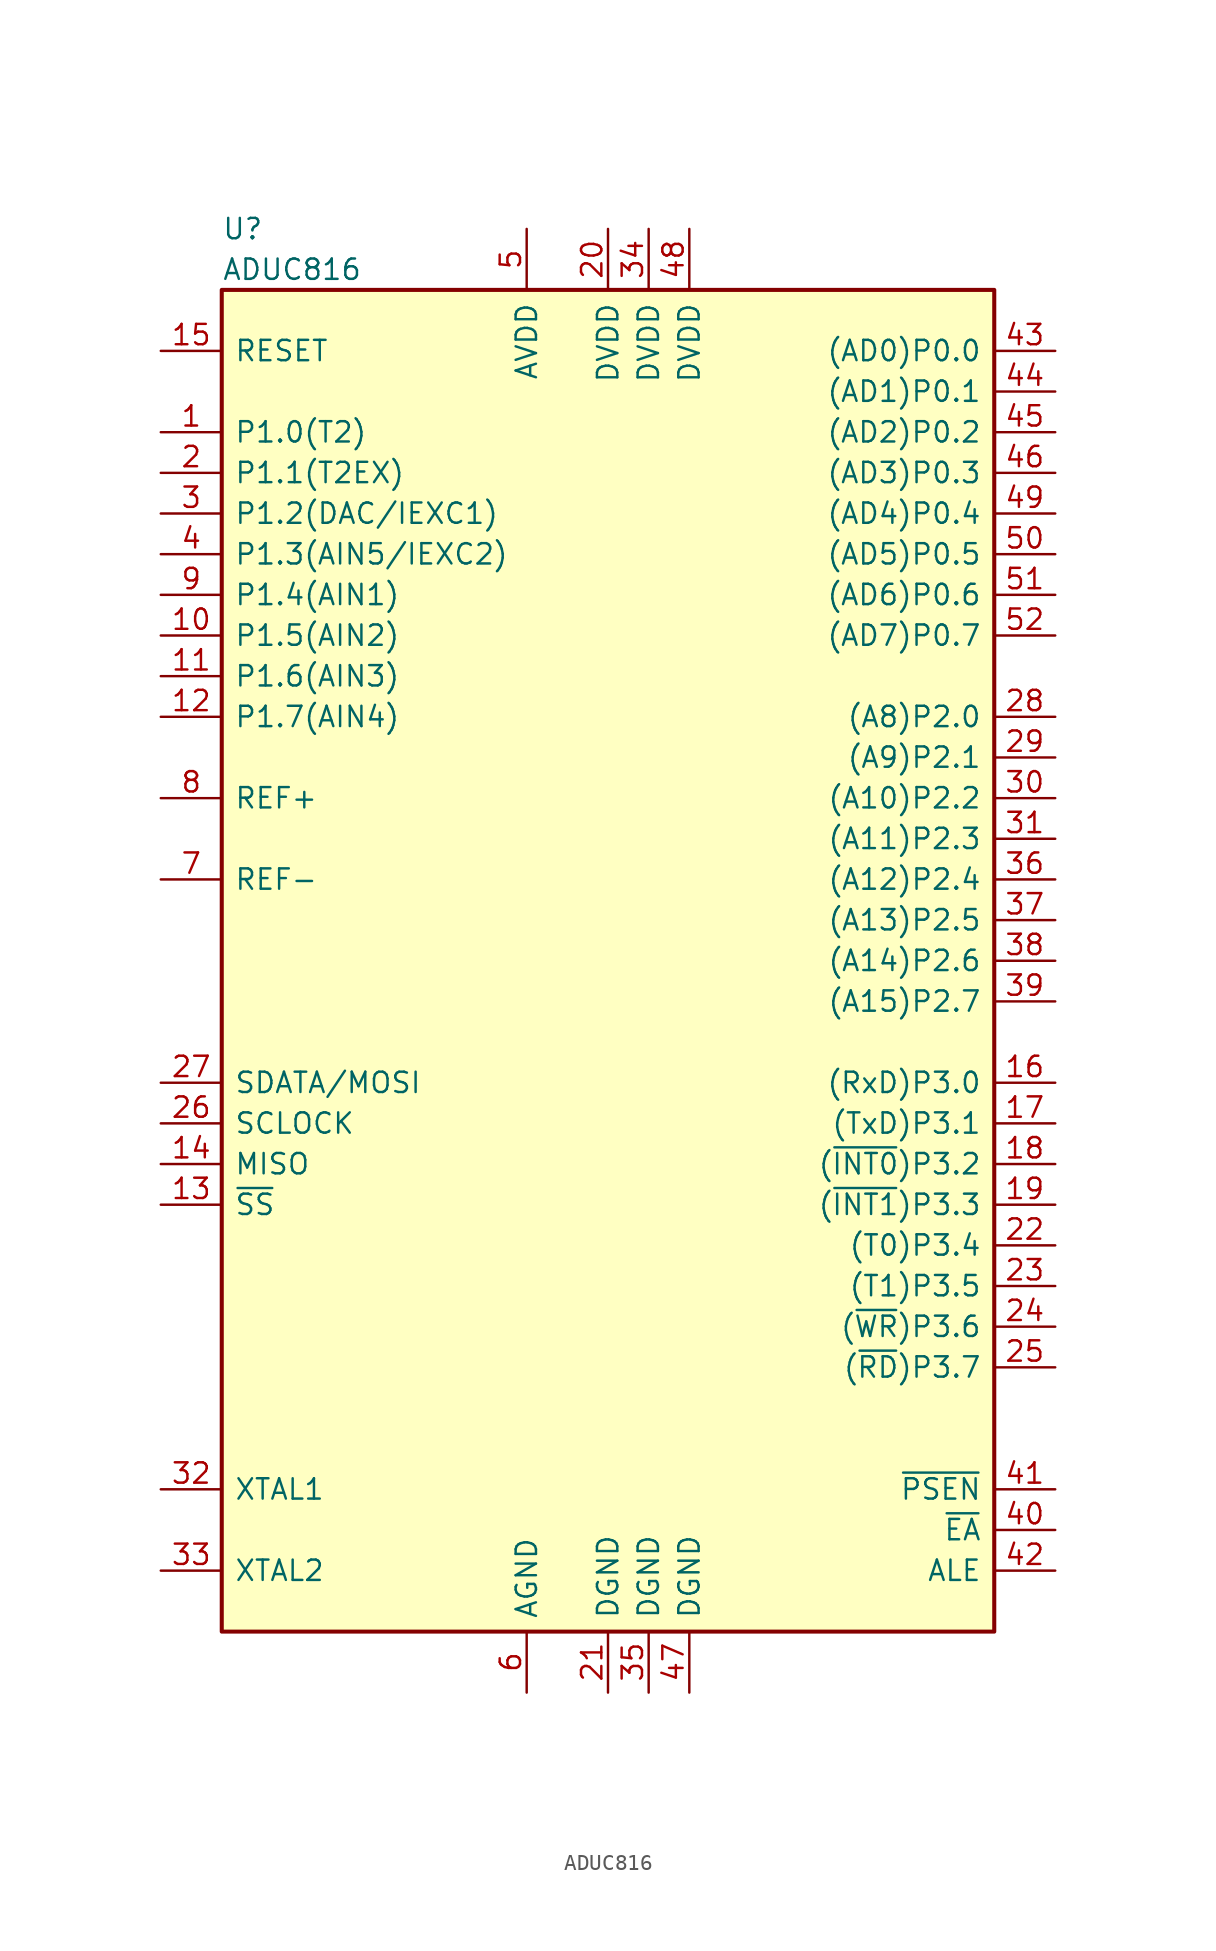
<source format=kicad_sym>
(kicad_symbol_lib
  (version 20211014)
  (generator kicad_symbol_editor)
  (symbol "ADUC816"
    (pin_names
      (offset 0.762))
    (property "Reference" "U"
      (at -24.13 45.72 0)
      (effects (font (size 1.27 1.27)) (justify left)))
    (property "Value" "ADUC816"
      (at -24.13 43.18 0)
      (effects (font (size 1.27 1.27)) (justify left)))
    (symbol "ADUC816_0_1"
      (rectangle (start 24.13 -41.91) (end -24.13 41.91) (stroke (width 0.254) (type default) (color 0 0 0 0)) (fill (type background))))
    (symbol "ADUC816_1_1"
      (pin bidirectional line (at -27.94 33.02 0) (length 3.81) (name "P1.0(T2)" (effects (font (size 1.27 1.27)))) (number "1" (effects (font (size 1.27 1.27)))))
      (pin input line (at -27.94 20.32 0) (length 3.81) (name "P1.5(AIN2)" (effects (font (size 1.27 1.27)))) (number "10" (effects (font (size 1.27 1.27)))))
      (pin input line (at -27.94 17.78 0) (length 3.81) (name "P1.6(AIN3)" (effects (font (size 1.27 1.27)))) (number "11" (effects (font (size 1.27 1.27)))))
      (pin bidirectional line (at -27.94 15.24 0) (length 3.81) (name "P1.7(AIN4)" (effects (font (size 1.27 1.27)))) (number "12" (effects (font (size 1.27 1.27)))))
      (pin input line (at -27.94 -15.24 0) (length 3.81) (name "~{SS}" (effects (font (size 1.27 1.27)))) (number "13" (effects (font (size 1.27 1.27)))))
      (pin input line (at -27.94 -12.7 0) (length 3.81) (name "MISO" (effects (font (size 1.27 1.27)))) (number "14" (effects (font (size 1.27 1.27)))))
      (pin input line (at -27.94 38.1 0) (length 3.81) (name "RESET" (effects (font (size 1.27 1.27)))) (number "15" (effects (font (size 1.27 1.27)))))
      (pin bidirectional line (at 27.94 -7.62 180) (length 3.81) (name "(RxD)P3.0" (effects (font (size 1.27 1.27)))) (number "16" (effects (font (size 1.27 1.27)))))
      (pin bidirectional line (at 27.94 -10.16 180) (length 3.81) (name "(TxD)P3.1" (effects (font (size 1.27 1.27)))) (number "17" (effects (font (size 1.27 1.27)))))
      (pin bidirectional line (at 27.94 -12.7 180) (length 3.81) (name "(~{INT0})P3.2" (effects (font (size 1.27 1.27)))) (number "18" (effects (font (size 1.27 1.27)))))
      (pin bidirectional line (at 27.94 -15.24 180) (length 3.81) (name "(~{INT1})P3.3" (effects (font (size 1.27 1.27)))) (number "19" (effects (font (size 1.27 1.27)))))
      (pin bidirectional line (at -27.94 30.48 0) (length 3.81) (name "P1.1(T2EX)" (effects (font (size 1.27 1.27)))) (number "2" (effects (font (size 1.27 1.27)))))
      (pin power_in line (at 0 45.72 270) (length 3.81) (name "DVDD" (effects (font (size 1.27 1.27)))) (number "20" (effects (font (size 1.27 1.27)))))
      (pin power_in line (at 0 -45.72 90) (length 3.81) (name "DGND" (effects (font (size 1.27 1.27)))) (number "21" (effects (font (size 1.27 1.27)))))
      (pin bidirectional line (at 27.94 -17.78 180) (length 3.81) (name "(T0)P3.4" (effects (font (size 1.27 1.27)))) (number "22" (effects (font (size 1.27 1.27)))))
      (pin bidirectional line (at 27.94 -20.32 180) (length 3.81) (name "(T1)P3.5" (effects (font (size 1.27 1.27)))) (number "23" (effects (font (size 1.27 1.27)))))
      (pin bidirectional line (at 27.94 -22.86 180) (length 3.81) (name "(~{WR})P3.6" (effects (font (size 1.27 1.27)))) (number "24" (effects (font (size 1.27 1.27)))))
      (pin bidirectional line (at 27.94 -25.4 180) (length 3.81) (name "(~{RD})P3.7" (effects (font (size 1.27 1.27)))) (number "25" (effects (font (size 1.27 1.27)))))
      (pin bidirectional line (at -27.94 -10.16 0) (length 3.81) (name "SCLOCK" (effects (font (size 1.27 1.27)))) (number "26" (effects (font (size 1.27 1.27)))))
      (pin bidirectional line (at -27.94 -7.62 0) (length 3.81) (name "SDATA/MOSI" (effects (font (size 1.27 1.27)))) (number "27" (effects (font (size 1.27 1.27)))))
      (pin bidirectional line (at 27.94 15.24 180) (length 3.81) (name "(A8)P2.0" (effects (font (size 1.27 1.27)))) (number "28" (effects (font (size 1.27 1.27)))))
      (pin bidirectional line (at 27.94 12.7 180) (length 3.81) (name "(A9)P2.1" (effects (font (size 1.27 1.27)))) (number "29" (effects (font (size 1.27 1.27)))))
      (pin bidirectional line (at -27.94 27.94 0) (length 3.81) (name "P1.2(DAC/IEXC1)" (effects (font (size 1.27 1.27)))) (number "3" (effects (font (size 1.27 1.27)))))
      (pin bidirectional line (at 27.94 10.16 180) (length 3.81) (name "(A10)P2.2" (effects (font (size 1.27 1.27)))) (number "30" (effects (font (size 1.27 1.27)))))
      (pin bidirectional line (at 27.94 7.62 180) (length 3.81) (name "(A11)P2.3" (effects (font (size 1.27 1.27)))) (number "31" (effects (font (size 1.27 1.27)))))
      (pin input line (at -27.94 -33.02 0) (length 3.81) (name "XTAL1" (effects (font (size 1.27 1.27)))) (number "32" (effects (font (size 1.27 1.27)))))
      (pin output line (at -27.94 -38.1 0) (length 3.81) (name "XTAL2" (effects (font (size 1.27 1.27)))) (number "33" (effects (font (size 1.27 1.27)))))
      (pin power_in line (at 2.54 45.72 270) (length 3.81) (name "DVDD" (effects (font (size 1.27 1.27)))) (number "34" (effects (font (size 1.27 1.27)))))
      (pin power_in line (at 2.54 -45.72 90) (length 3.81) (name "DGND" (effects (font (size 1.27 1.27)))) (number "35" (effects (font (size 1.27 1.27)))))
      (pin bidirectional line (at 27.94 5.08 180) (length 3.81) (name "(A12)P2.4" (effects (font (size 1.27 1.27)))) (number "36" (effects (font (size 1.27 1.27)))))
      (pin bidirectional line (at 27.94 2.54 180) (length 3.81) (name "(A13)P2.5" (effects (font (size 1.27 1.27)))) (number "37" (effects (font (size 1.27 1.27)))))
      (pin bidirectional line (at 27.94 0 180) (length 3.81) (name "(A14)P2.6" (effects (font (size 1.27 1.27)))) (number "38" (effects (font (size 1.27 1.27)))))
      (pin bidirectional line (at 27.94 -2.54 180) (length 3.81) (name "(A15)P2.7" (effects (font (size 1.27 1.27)))) (number "39" (effects (font (size 1.27 1.27)))))
      (pin bidirectional line (at -27.94 25.4 0) (length 3.81) (name "P1.3(AIN5/IEXC2)" (effects (font (size 1.27 1.27)))) (number "4" (effects (font (size 1.27 1.27)))))
      (pin bidirectional line (at 27.94 -35.56 180) (length 3.81) (name "~{EA}" (effects (font (size 1.27 1.27)))) (number "40" (effects (font (size 1.27 1.27)))))
      (pin output line (at 27.94 -33.02 180) (length 3.81) (name "~{PSEN}" (effects (font (size 1.27 1.27)))) (number "41" (effects (font (size 1.27 1.27)))))
      (pin output line (at 27.94 -38.1 180) (length 3.81) (name "ALE" (effects (font (size 1.27 1.27)))) (number "42" (effects (font (size 1.27 1.27)))))
      (pin tri_state line (at 27.94 38.1 180) (length 3.81) (name "(AD0)P0.0" (effects (font (size 1.27 1.27)))) (number "43" (effects (font (size 1.27 1.27)))))
      (pin tri_state line (at 27.94 35.56 180) (length 3.81) (name "(AD1)P0.1" (effects (font (size 1.27 1.27)))) (number "44" (effects (font (size 1.27 1.27)))))
      (pin tri_state line (at 27.94 33.02 180) (length 3.81) (name "(AD2)P0.2" (effects (font (size 1.27 1.27)))) (number "45" (effects (font (size 1.27 1.27)))))
      (pin tri_state line (at 27.94 30.48 180) (length 3.81) (name "(AD3)P0.3" (effects (font (size 1.27 1.27)))) (number "46" (effects (font (size 1.27 1.27)))))
      (pin power_in line (at 5.08 -45.72 90) (length 3.81) (name "DGND" (effects (font (size 1.27 1.27)))) (number "47" (effects (font (size 1.27 1.27)))))
      (pin power_in line (at 5.08 45.72 270) (length 3.81) (name "DVDD" (effects (font (size 1.27 1.27)))) (number "48" (effects (font (size 1.27 1.27)))))
      (pin tri_state line (at 27.94 27.94 180) (length 3.81) (name "(AD4)P0.4" (effects (font (size 1.27 1.27)))) (number "49" (effects (font (size 1.27 1.27)))))
      (pin power_in line (at -5.08 45.72 270) (length 3.81) (name "AVDD" (effects (font (size 1.27 1.27)))) (number "5" (effects (font (size 1.27 1.27)))))
      (pin tri_state line (at 27.94 25.4 180) (length 3.81) (name "(AD5)P0.5" (effects (font (size 1.27 1.27)))) (number "50" (effects (font (size 1.27 1.27)))))
      (pin tri_state line (at 27.94 22.86 180) (length 3.81) (name "(AD6)P0.6" (effects (font (size 1.27 1.27)))) (number "51" (effects (font (size 1.27 1.27)))))
      (pin tri_state line (at 27.94 20.32 180) (length 3.81) (name "(AD7)P0.7" (effects (font (size 1.27 1.27)))) (number "52" (effects (font (size 1.27 1.27)))))
      (pin power_in line (at -5.08 -45.72 90) (length 3.81) (name "AGND" (effects (font (size 1.27 1.27)))) (number "6" (effects (font (size 1.27 1.27)))))
      (pin passive line (at -27.94 5.08 0) (length 3.81) (name "REF-" (effects (font (size 1.27 1.27)))) (number "7" (effects (font (size 1.27 1.27)))))
      (pin passive line (at -27.94 10.16 0) (length 3.81) (name "REF+" (effects (font (size 1.27 1.27)))) (number "8" (effects (font (size 1.27 1.27)))))
      (pin input line (at -27.94 22.86 0) (length 3.81) (name "P1.4(AIN1)" (effects (font (size 1.27 1.27)))) (number "9" (effects (font (size 1.27 1.27))))))))
</source>
